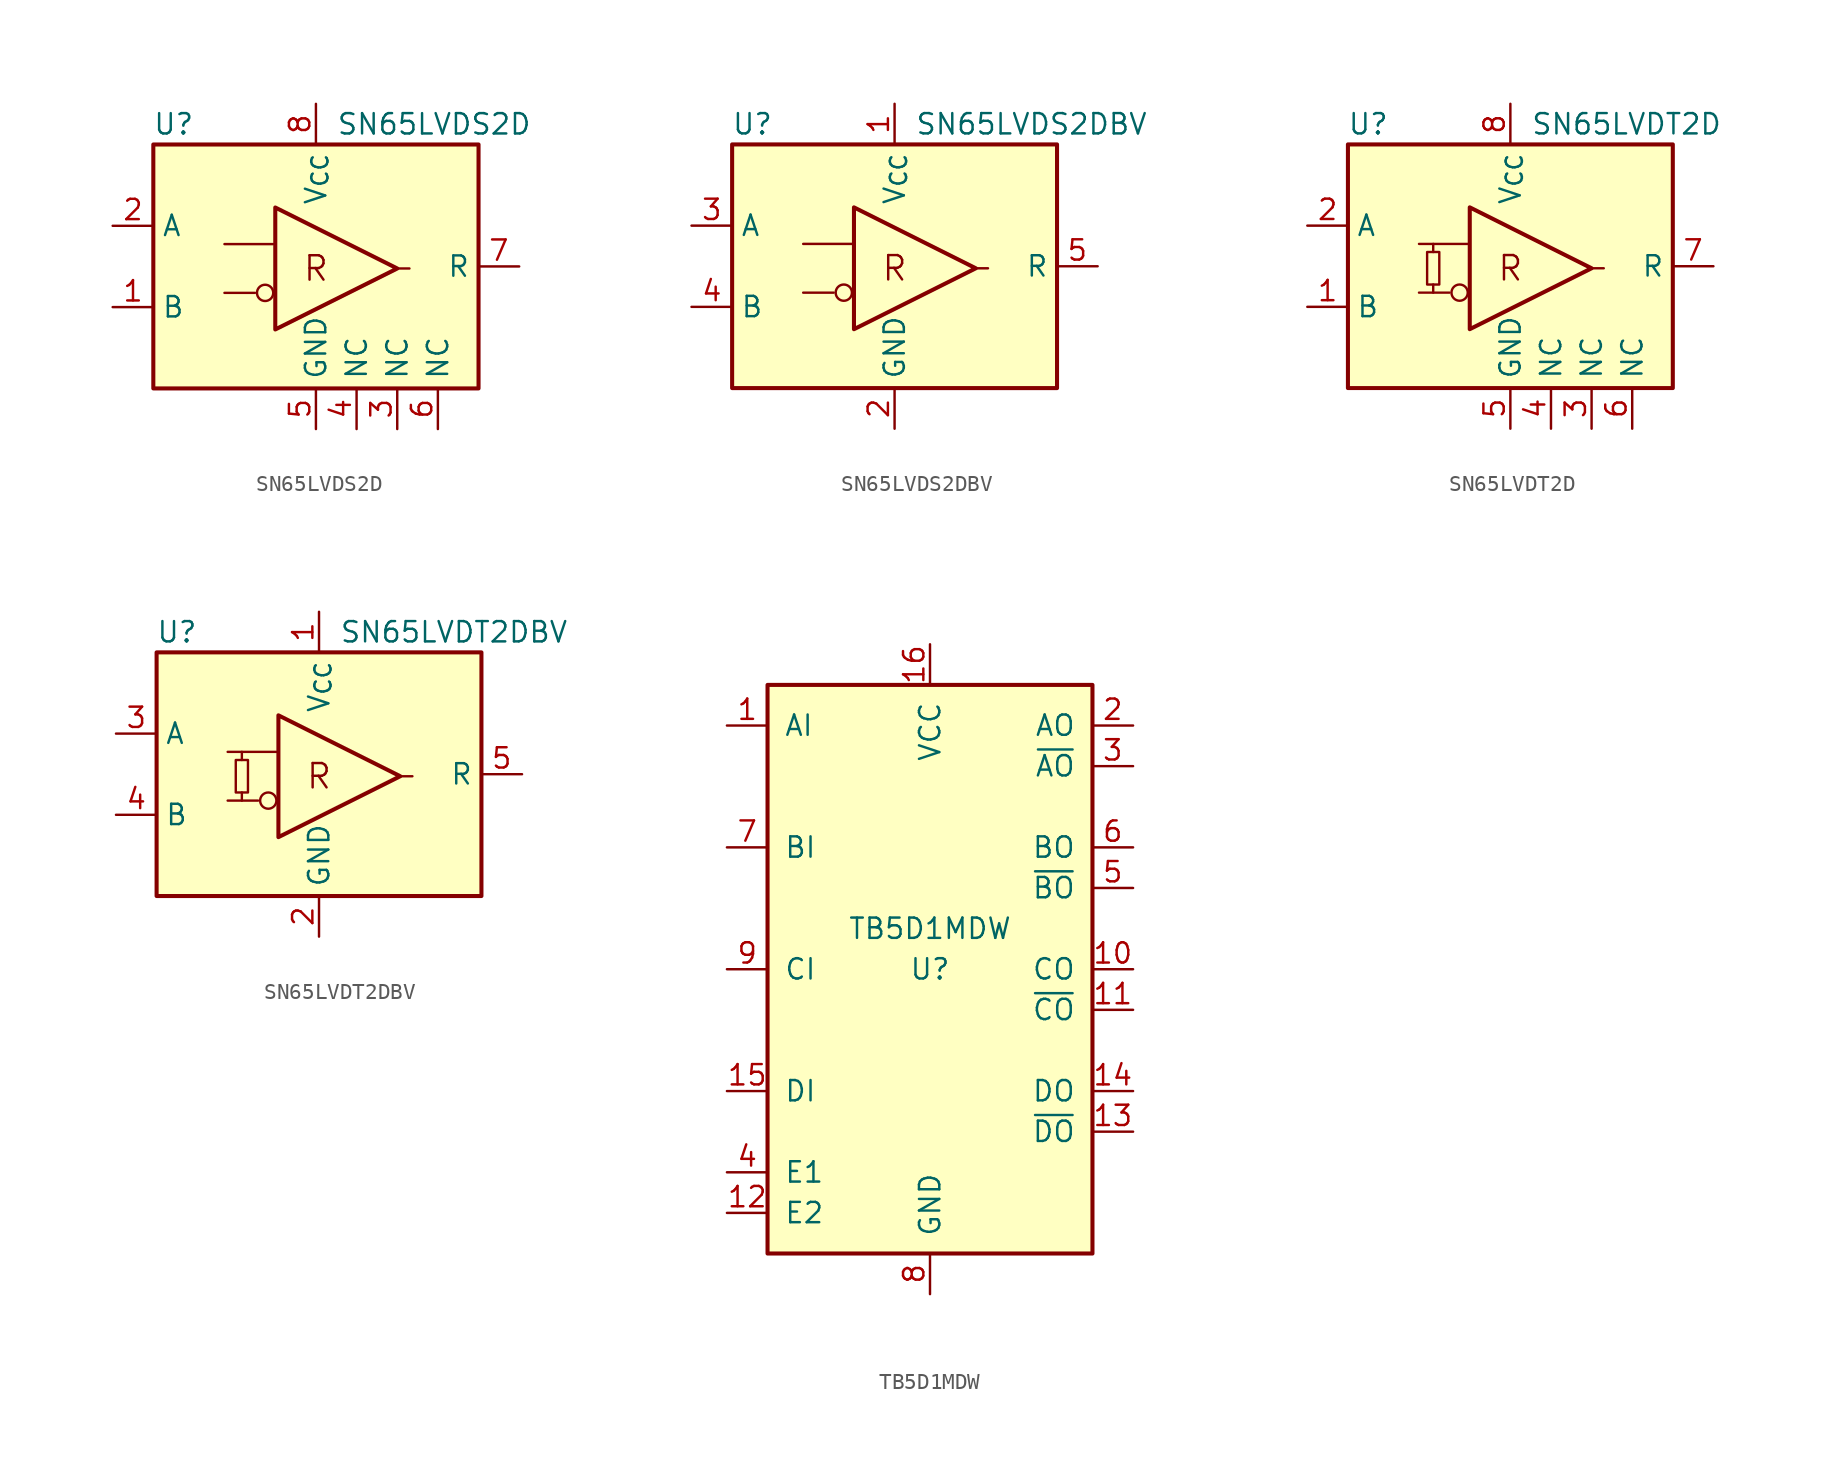
<source format=kicad_sym>
(kicad_symbol_lib
  (version 20241209)
  (generator "kicad_symbol_editor")
  (generator_version "9.0")
  (symbol "SN65LVDS2D"
    (property "Reference" "U"
      (at -8.89 8.89 0)
      (effects (font (size 1.27 1.27))))
    (property "Value" "SN65LVDS2D"
      (at 1.27 8.89 0)
      (effects (font (size 1.27 1.27)) (justify left)))
    (symbol "SN65LVDS2D_1_0"
      (rectangle (start -10.16 7.62) (end 10.16 -7.62) (stroke (width 0.254) (type default)) (fill (type background)))
      (circle (center -3.175 -1.651) (radius 0.508) (stroke (width 0) (type default)) (fill (type none)))
      (text "R" (at 0 -0.127 0) (effects (font (size 1.524 1.524)))))
    (symbol "SN65LVDS2D_1_1"
      (polyline (pts (xy -5.715 1.397) (xy -2.667 1.397)) (stroke (width 0) (type default)) (fill (type none)))
      (polyline (pts (xy -5.715 -1.651) (xy -3.81 -1.651)) (stroke (width 0) (type default)) (fill (type none)))
      (polyline (pts (xy -2.54 -3.937) (xy -2.54 3.683) (xy 5.08 -0.127) (xy -2.54 -3.937)) (stroke (width 0.254) (type default)) (fill (type none)))
      (polyline (pts (xy 5.842 -0.127) (xy 5.08 -0.127)) (stroke (width 0) (type default)) (fill (type none)))
      (pin input line (at -12.7 2.54 0) (length 2.54) (name "A" (effects (font (size 1.27 1.27)))) (number "2" (effects (font (size 1.27 1.27)))))
      (pin input line (at -12.7 -2.54 0) (length 2.54) (name "B" (effects (font (size 1.27 1.27)))) (number "1" (effects (font (size 1.27 1.27)))))
      (pin power_in line (at 0 10.16 270) (length 2.54) (name "V_{CC}" (effects (font (size 1.27 1.27)))) (number "8" (effects (font (size 1.27 1.27)))))
      (pin power_in line (at 0 -10.16 90) (length 2.54) (name "GND" (effects (font (size 1.27 1.27)))) (number "5" (effects (font (size 1.27 1.27)))))
      (pin passive line (at 2.54 -10.16 90) (length 2.54) (name "NC" (effects (font (size 1.27 1.27)))) (number "4" (effects (font (size 1.27 1.27)))))
      (pin passive line (at 5.08 -10.16 90) (length 2.54) (name "NC" (effects (font (size 1.27 1.27)))) (number "3" (effects (font (size 1.27 1.27)))))
      (pin passive line (at 7.62 -10.16 90) (length 2.54) (name "NC" (effects (font (size 1.27 1.27)))) (number "6" (effects (font (size 1.27 1.27)))))
      (pin output line (at 12.7 0 180) (length 2.54) (name "R" (effects (font (size 1.27 1.27)))) (number "7" (effects (font (size 1.27 1.27)))))))
  (symbol "SN65LVDS2DBV"
    (property "Reference" "U"
      (at -8.89 8.89 0)
      (effects (font (size 1.27 1.27))))
    (property "Value" "SN65LVDS2DBV"
      (at 1.27 8.89 0)
      (effects (font (size 1.27 1.27)) (justify left)))
    (symbol "SN65LVDS2DBV_1_0"
      (rectangle (start -10.16 7.62) (end 10.16 -7.62) (stroke (width 0.254) (type default)) (fill (type background)))
      (circle (center -3.175 -1.651) (radius 0.508) (stroke (width 0) (type default)) (fill (type none)))
      (text "R" (at 0 -0.127 0) (effects (font (size 1.524 1.524)))))
    (symbol "SN65LVDS2DBV_1_1"
      (polyline (pts (xy -5.715 1.397) (xy -2.667 1.397)) (stroke (width 0) (type default)) (fill (type none)))
      (polyline (pts (xy -5.715 -1.651) (xy -3.81 -1.651)) (stroke (width 0) (type default)) (fill (type none)))
      (polyline (pts (xy -2.54 -3.937) (xy -2.54 3.683) (xy 5.08 -0.127) (xy -2.54 -3.937)) (stroke (width 0.254) (type default)) (fill (type none)))
      (polyline (pts (xy 5.842 -0.127) (xy 5.08 -0.127)) (stroke (width 0) (type default)) (fill (type none)))
      (pin input line (at -12.7 2.54 0) (length 2.54) (name "A" (effects (font (size 1.27 1.27)))) (number "3" (effects (font (size 1.27 1.27)))))
      (pin input line (at -12.7 -2.54 0) (length 2.54) (name "B" (effects (font (size 1.27 1.27)))) (number "4" (effects (font (size 1.27 1.27)))))
      (pin power_in line (at 0 10.16 270) (length 2.54) (name "V_{CC}" (effects (font (size 1.27 1.27)))) (number "1" (effects (font (size 1.27 1.27)))))
      (pin power_in line (at 0 -10.16 90) (length 2.54) (name "GND" (effects (font (size 1.27 1.27)))) (number "2" (effects (font (size 1.27 1.27)))))
      (pin output line (at 12.7 0 180) (length 2.54) (name "R" (effects (font (size 1.27 1.27)))) (number "5" (effects (font (size 1.27 1.27)))))))
  (symbol "SN65LVDT2D"
    (property "Reference" "U"
      (at -8.89 8.89 0)
      (effects (font (size 1.27 1.27))))
    (property "Value" "SN65LVDT2D"
      (at 1.27 8.89 0)
      (effects (font (size 1.27 1.27)) (justify left)))
    (symbol "SN65LVDT2D_0_1"
      (rectangle (start -5.207 0.889) (end -4.445 -1.143) (stroke (width 0.15) (type default)) (fill (type background)))
      (polyline (pts (xy -4.826 1.397) (xy -4.826 0.889)) (stroke (width 0.15) (type default)) (fill (type none)))
      (polyline (pts (xy -4.826 -1.143) (xy -4.826 -1.651)) (stroke (width 0.15) (type default)) (fill (type none))))
    (symbol "SN65LVDT2D_1_0"
      (rectangle (start -10.16 7.62) (end 10.16 -7.62) (stroke (width 0.254) (type default)) (fill (type background)))
      (circle (center -3.175 -1.651) (radius 0.508) (stroke (width 0.15) (type default)) (fill (type none)))
      (text "R" (at 0 -0.127 0) (effects (font (size 1.524 1.524)))))
    (symbol "SN65LVDT2D_1_1"
      (polyline (pts (xy -5.715 1.397) (xy -2.667 1.397)) (stroke (width 0.15) (type default)) (fill (type none)))
      (polyline (pts (xy -5.715 -1.651) (xy -3.81 -1.651)) (stroke (width 0.15) (type default)) (fill (type none)))
      (polyline (pts (xy -2.54 -3.937) (xy -2.54 3.683) (xy 5.08 -0.127) (xy -2.54 -3.937)) (stroke (width 0.254) (type default)) (fill (type none)))
      (polyline (pts (xy 5.842 -0.127) (xy 5.08 -0.127)) (stroke (width 0.15) (type default)) (fill (type none)))
      (pin input line (at -12.7 2.54 0) (length 2.54) (name "A" (effects (font (size 1.27 1.27)))) (number "2" (effects (font (size 1.27 1.27)))))
      (pin input line (at -12.7 -2.54 0) (length 2.54) (name "B" (effects (font (size 1.27 1.27)))) (number "1" (effects (font (size 1.27 1.27)))))
      (pin power_in line (at 0 10.16 270) (length 2.54) (name "V_{CC}" (effects (font (size 1.27 1.27)))) (number "8" (effects (font (size 1.27 1.27)))))
      (pin power_in line (at 0 -10.16 90) (length 2.54) (name "GND" (effects (font (size 1.27 1.27)))) (number "5" (effects (font (size 1.27 1.27)))))
      (pin passive line (at 2.54 -10.16 90) (length 2.54) (name "NC" (effects (font (size 1.27 1.27)))) (number "4" (effects (font (size 1.27 1.27)))))
      (pin passive line (at 5.08 -10.16 90) (length 2.54) (name "NC" (effects (font (size 1.27 1.27)))) (number "3" (effects (font (size 1.27 1.27)))))
      (pin passive line (at 7.62 -10.16 90) (length 2.54) (name "NC" (effects (font (size 1.27 1.27)))) (number "6" (effects (font (size 1.27 1.27)))))
      (pin output line (at 12.7 0 180) (length 2.54) (name "R" (effects (font (size 1.27 1.27)))) (number "7" (effects (font (size 1.27 1.27)))))))
  (symbol "SN65LVDT2DBV"
    (property "Reference" "U"
      (at -8.89 8.89 0)
      (effects (font (size 1.27 1.27))))
    (property "Value" "SN65LVDT2DBV"
      (at 1.27 8.89 0)
      (effects (font (size 1.27 1.27)) (justify left)))
    (symbol "SN65LVDT2DBV_0_1"
      (rectangle (start -5.207 0.889) (end -4.445 -1.143) (stroke (width 0.15) (type default)) (fill (type background)))
      (polyline (pts (xy -4.826 1.397) (xy -4.826 0.889)) (stroke (width 0.15) (type default)) (fill (type none)))
      (polyline (pts (xy -4.826 -1.143) (xy -4.826 -1.651)) (stroke (width 0.15) (type default)) (fill (type none))))
    (symbol "SN65LVDT2DBV_1_0"
      (rectangle (start -10.16 7.62) (end 10.16 -7.62) (stroke (width 0.254) (type default)) (fill (type background)))
      (circle (center -3.175 -1.651) (radius 0.508) (stroke (width 0.15) (type default)) (fill (type none)))
      (text "R" (at 0 -0.127 0) (effects (font (size 1.524 1.524)))))
    (symbol "SN65LVDT2DBV_1_1"
      (polyline (pts (xy -5.715 1.397) (xy -2.667 1.397)) (stroke (width 0.15) (type default)) (fill (type none)))
      (polyline (pts (xy -5.715 -1.651) (xy -3.81 -1.651)) (stroke (width 0.15) (type default)) (fill (type none)))
      (polyline (pts (xy -2.54 -3.937) (xy -2.54 3.683) (xy 5.08 -0.127) (xy -2.54 -3.937)) (stroke (width 0.254) (type default)) (fill (type none)))
      (polyline (pts (xy 5.842 -0.127) (xy 5.08 -0.127)) (stroke (width 0.15) (type default)) (fill (type none)))
      (pin input line (at -12.7 2.54 0) (length 2.54) (name "A" (effects (font (size 1.27 1.27)))) (number "3" (effects (font (size 1.27 1.27)))))
      (pin input line (at -12.7 -2.54 0) (length 2.54) (name "B" (effects (font (size 1.27 1.27)))) (number "4" (effects (font (size 1.27 1.27)))))
      (pin power_in line (at 0 10.16 270) (length 2.54) (name "V_{CC}" (effects (font (size 1.27 1.27)))) (number "1" (effects (font (size 1.27 1.27)))))
      (pin power_in line (at 0 -10.16 90) (length 2.54) (name "GND" (effects (font (size 1.27 1.27)))) (number "2" (effects (font (size 1.27 1.27)))))
      (pin output line (at 12.7 0 180) (length 2.54) (name "R" (effects (font (size 1.27 1.27)))) (number "5" (effects (font (size 1.27 1.27)))))))
  (symbol "TB5D1MDW"
    (pin_names
      (offset 1.016))
    (property "Reference" "U"
      (at 0 0 0)
      (effects (font (size 1.27 1.27))))
    (property "Value" "TB5D1MDW"
      (at 0 2.54 0)
      (effects (font (size 1.27 1.27))))
    (symbol "TB5D1MDW_0_1"
      (rectangle (start -10.16 -17.78) (end 10.16 17.78) (stroke (width 0.254) (type default)) (fill (type background))))
    (symbol "TB5D1MDW_1_1"
      (pin input line (at -12.7 15.24 0) (length 2.54) (name "AI" (effects (font (size 1.27 1.27)))) (number "1" (effects (font (size 1.27 1.27)))))
      (pin input line (at -12.7 7.62 0) (length 2.54) (name "BI" (effects (font (size 1.27 1.27)))) (number "7" (effects (font (size 1.27 1.27)))))
      (pin input line (at -12.7 0 0) (length 2.54) (name "CI" (effects (font (size 1.27 1.27)))) (number "9" (effects (font (size 1.27 1.27)))))
      (pin input line (at -12.7 -7.62 0) (length 2.54) (name "DI" (effects (font (size 1.27 1.27)))) (number "15" (effects (font (size 1.27 1.27)))))
      (pin input line (at -12.7 -12.7 0) (length 2.54) (name "E1" (effects (font (size 1.27 1.27)))) (number "4" (effects (font (size 1.27 1.27)))))
      (pin input line (at -12.7 -15.24 0) (length 2.54) (name "E2" (effects (font (size 1.27 1.27)))) (number "12" (effects (font (size 1.27 1.27)))))
      (pin power_in line (at 0 20.32 270) (length 2.54) (name "VCC" (effects (font (size 1.27 1.27)))) (number "16" (effects (font (size 1.27 1.27)))))
      (pin power_in line (at 0 -20.32 90) (length 2.54) (name "GND" (effects (font (size 1.27 1.27)))) (number "8" (effects (font (size 1.27 1.27)))))
      (pin output line (at 12.7 15.24 180) (length 2.54) (name "AO" (effects (font (size 1.27 1.27)))) (number "2" (effects (font (size 1.27 1.27)))))
      (pin output line (at 12.7 12.7 180) (length 2.54) (name "~{AO}" (effects (font (size 1.27 1.27)))) (number "3" (effects (font (size 1.27 1.27)))))
      (pin output line (at 12.7 7.62 180) (length 2.54) (name "BO" (effects (font (size 1.27 1.27)))) (number "6" (effects (font (size 1.27 1.27)))))
      (pin output line (at 12.7 5.08 180) (length 2.54) (name "~{BO}" (effects (font (size 1.27 1.27)))) (number "5" (effects (font (size 1.27 1.27)))))
      (pin output line (at 12.7 0 180) (length 2.54) (name "CO" (effects (font (size 1.27 1.27)))) (number "10" (effects (font (size 1.27 1.27)))))
      (pin output line (at 12.7 -2.54 180) (length 2.54) (name "~{CO}" (effects (font (size 1.27 1.27)))) (number "11" (effects (font (size 1.27 1.27)))))
      (pin output line (at 12.7 -7.62 180) (length 2.54) (name "DO" (effects (font (size 1.27 1.27)))) (number "14" (effects (font (size 1.27 1.27)))))
      (pin output line (at 12.7 -10.16 180) (length 2.54) (name "~{DO}" (effects (font (size 1.27 1.27)))) (number "13" (effects (font (size 1.27 1.27))))))))
</source>
